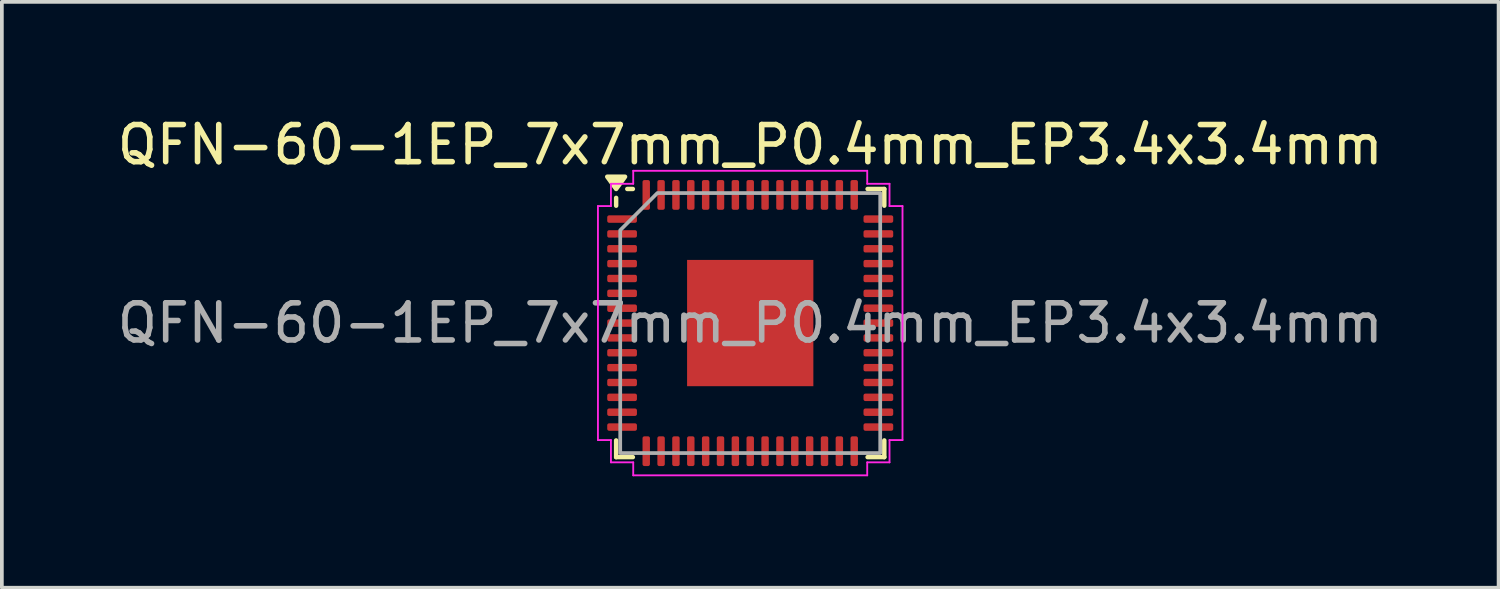
<source format=kicad_pcb>
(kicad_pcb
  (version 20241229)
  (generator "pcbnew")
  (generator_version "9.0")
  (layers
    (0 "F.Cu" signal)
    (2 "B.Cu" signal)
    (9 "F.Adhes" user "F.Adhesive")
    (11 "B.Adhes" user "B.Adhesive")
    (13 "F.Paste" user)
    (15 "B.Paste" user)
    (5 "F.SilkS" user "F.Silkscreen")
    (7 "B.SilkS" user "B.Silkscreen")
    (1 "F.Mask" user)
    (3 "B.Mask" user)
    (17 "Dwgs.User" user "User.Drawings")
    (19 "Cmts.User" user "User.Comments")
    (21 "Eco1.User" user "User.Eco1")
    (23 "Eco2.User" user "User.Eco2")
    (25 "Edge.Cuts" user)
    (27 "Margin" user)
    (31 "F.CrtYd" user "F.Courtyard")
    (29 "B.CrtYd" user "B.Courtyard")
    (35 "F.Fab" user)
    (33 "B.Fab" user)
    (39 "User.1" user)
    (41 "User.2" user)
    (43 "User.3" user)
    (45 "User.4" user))
  (footprint "QFN-60-1EP_7x7mm_P0.4mm_EP3.4x3.4mm"
    (layer "F.Cu")
    (at 17.149 5.648)
    (property "Reference" "QFN-60-1EP_7x7mm_P0.4mm_EP3.4x3.4mm" (at 0 -4.8 0) (layer "F.SilkS") (effects (font (size 1 1) (thickness 0.15))))
    (attr smd)
    (fp_line (start -3.61 -3.16) (end -3.61 -3.37) (stroke (width 0.12) (type solid)) (layer "F.SilkS"))
    (fp_line (start -3.61 3.61) (end -3.61 3.16) (stroke (width 0.12) (type solid)) (layer "F.SilkS"))
    (fp_line (start -3.16 -3.61) (end -3.31 -3.61) (stroke (width 0.12) (type solid)) (layer "F.SilkS"))
    (fp_line (start -3.16 3.61) (end -3.61 3.61) (stroke (width 0.12) (type solid)) (layer "F.SilkS"))
    (fp_line (start 3.16 -3.61) (end 3.61 -3.61) (stroke (width 0.12) (type solid)) (layer "F.SilkS"))
    (fp_line (start 3.16 3.61) (end 3.61 3.61) (stroke (width 0.12) (type solid)) (layer "F.SilkS"))
    (fp_line (start 3.61 -3.61) (end 3.61 -3.16) (stroke (width 0.12) (type solid)) (layer "F.SilkS"))
    (fp_line (start 3.61 3.61) (end 3.61 3.16) (stroke (width 0.12) (type solid)) (layer "F.SilkS"))
    (fp_poly (pts (xy -3.61 -3.61) (xy -3.85 -3.94) (xy -3.37 -3.94)) (stroke (width 0.12) (type solid)) (fill yes) (layer "F.SilkS"))
    (fp_line (start -4.1 -3.15) (end -3.75 -3.15) (stroke (width 0.05) (type solid)) (layer "F.CrtYd"))
    (fp_line (start -4.1 3.15) (end -4.1 -3.15) (stroke (width 0.05) (type solid)) (layer "F.CrtYd"))
    (fp_line (start -3.75 -3.75) (end -3.15 -3.75) (stroke (width 0.05) (type solid)) (layer "F.CrtYd"))
    (fp_line (start -3.75 -3.15) (end -3.75 -3.75) (stroke (width 0.05) (type solid)) (layer "F.CrtYd"))
    (fp_line (start -3.75 3.15) (end -4.1 3.15) (stroke (width 0.05) (type solid)) (layer "F.CrtYd"))
    (fp_line (start -3.75 3.75) (end -3.75 3.15) (stroke (width 0.05) (type solid)) (layer "F.CrtYd"))
    (fp_line (start -3.15 -4.1) (end 3.15 -4.1) (stroke (width 0.05) (type solid)) (layer "F.CrtYd"))
    (fp_line (start -3.15 -3.75) (end -3.15 -4.1) (stroke (width 0.05) (type solid)) (layer "F.CrtYd"))
    (fp_line (start -3.15 3.75) (end -3.75 3.75) (stroke (width 0.05) (type solid)) (layer "F.CrtYd"))
    (fp_line (start -3.15 4.1) (end -3.15 3.75) (stroke (width 0.05) (type solid)) (layer "F.CrtYd"))
    (fp_line (start 3.15 -4.1) (end 3.15 -3.75) (stroke (width 0.05) (type solid)) (layer "F.CrtYd"))
    (fp_line (start 3.15 -3.75) (end 3.75 -3.75) (stroke (width 0.05) (type solid)) (layer "F.CrtYd"))
    (fp_line (start 3.15 3.75) (end 3.15 4.1) (stroke (width 0.05) (type solid)) (layer "F.CrtYd"))
    (fp_line (start 3.15 4.1) (end -3.15 4.1) (stroke (width 0.05) (type solid)) (layer "F.CrtYd"))
    (fp_line (start 3.75 -3.75) (end 3.75 -3.15) (stroke (width 0.05) (type solid)) (layer "F.CrtYd"))
    (fp_line (start 3.75 -3.15) (end 4.1 -3.15) (stroke (width 0.05) (type solid)) (layer "F.CrtYd"))
    (fp_line (start 3.75 3.15) (end 3.75 3.75) (stroke (width 0.05) (type solid)) (layer "F.CrtYd"))
    (fp_line (start 3.75 3.75) (end 3.15 3.75) (stroke (width 0.05) (type solid)) (layer "F.CrtYd"))
    (fp_line (start 4.1 -3.15) (end 4.1 3.15) (stroke (width 0.05) (type solid)) (layer "F.CrtYd"))
    (fp_line (start 4.1 3.15) (end 3.75 3.15) (stroke (width 0.05) (type solid)) (layer "F.CrtYd"))
    (fp_poly (pts (xy -3.5 -2.5) (xy -3.5 3.5) (xy 3.5 3.5) (xy 3.5 -3.5) (xy -2.5 -3.5)) (stroke (width 0.1) (type solid)) (fill no) (layer "F.Fab"))
    (fp_text user "${REFERENCE}" (at 0 0 0) (layer "F.Fab") (effects (font (size 1 1) (thickness 0.15))))
    (pad "" smd roundrect (at -1.13 -1.13) (size 0.91 0.91) (layers "F.Paste") (roundrect_rratio 0.25))
    (pad "" smd roundrect (at -1.13 0) (size 0.91 0.91) (layers "F.Paste") (roundrect_rratio 0.25))
    (pad "" smd roundrect (at -1.13 1.13) (size 0.91 0.91) (layers "F.Paste") (roundrect_rratio 0.25))
    (pad "" smd roundrect (at 0 -1.13) (size 0.91 0.91) (layers "F.Paste") (roundrect_rratio 0.25))
    (pad "" smd roundrect (at 0 0) (size 0.91 0.91) (layers "F.Paste") (roundrect_rratio 0.25))
    (pad "" smd roundrect (at 0 1.13) (size 0.91 0.91) (layers "F.Paste") (roundrect_rratio 0.25))
    (pad "" smd roundrect (at 1.13 -1.13) (size 0.91 0.91) (layers "F.Paste") (roundrect_rratio 0.25))
    (pad "" smd roundrect (at 1.13 0) (size 0.91 0.91) (layers "F.Paste") (roundrect_rratio 0.25))
    (pad "" smd roundrect (at 1.13 1.13) (size 0.91 0.91) (layers "F.Paste") (roundrect_rratio 0.25))
    (pad "1" smd roundrect (at -3.45 -2.8) (size 0.8 0.2) (layers "F.Cu" "F.Mask" "F.Paste") (roundrect_rratio 0.25))
    (pad "2" smd roundrect (at -3.45 -2.4) (size 0.8 0.2) (layers "F.Cu" "F.Mask" "F.Paste") (roundrect_rratio 0.25))
    (pad "3" smd roundrect (at -3.45 -2) (size 0.8 0.2) (layers "F.Cu" "F.Mask" "F.Paste") (roundrect_rratio 0.25))
    (pad "4" smd roundrect (at -3.45 -1.6) (size 0.8 0.2) (layers "F.Cu" "F.Mask" "F.Paste") (roundrect_rratio 0.25))
    (pad "5" smd roundrect (at -3.45 -1.2) (size 0.8 0.2) (layers "F.Cu" "F.Mask" "F.Paste") (roundrect_rratio 0.25))
    (pad "6" smd roundrect (at -3.45 -0.8) (size 0.8 0.2) (layers "F.Cu" "F.Mask" "F.Paste") (roundrect_rratio 0.25))
    (pad "7" smd roundrect (at -3.45 -0.4) (size 0.8 0.2) (layers "F.Cu" "F.Mask" "F.Paste") (roundrect_rratio 0.25))
    (pad "8" smd roundrect (at -3.45 0) (size 0.8 0.2) (layers "F.Cu" "F.Mask" "F.Paste") (roundrect_rratio 0.25))
    (pad "9" smd roundrect (at -3.45 0.4) (size 0.8 0.2) (layers "F.Cu" "F.Mask" "F.Paste") (roundrect_rratio 0.25))
    (pad "10" smd roundrect (at -3.45 0.8) (size 0.8 0.2) (layers "F.Cu" "F.Mask" "F.Paste") (roundrect_rratio 0.25))
    (pad "11" smd roundrect (at -3.45 1.2) (size 0.8 0.2) (layers "F.Cu" "F.Mask" "F.Paste") (roundrect_rratio 0.25))
    (pad "12" smd roundrect (at -3.45 1.6) (size 0.8 0.2) (layers "F.Cu" "F.Mask" "F.Paste") (roundrect_rratio 0.25))
    (pad "13" smd roundrect (at -3.45 2) (size 0.8 0.2) (layers "F.Cu" "F.Mask" "F.Paste") (roundrect_rratio 0.25))
    (pad "14" smd roundrect (at -3.45 2.4) (size 0.8 0.2) (layers "F.Cu" "F.Mask" "F.Paste") (roundrect_rratio 0.25))
    (pad "15" smd roundrect (at -3.45 2.8) (size 0.8 0.2) (layers "F.Cu" "F.Mask" "F.Paste") (roundrect_rratio 0.25))
    (pad "16" smd roundrect (at -2.8 3.45) (size 0.2 0.8) (layers "F.Cu" "F.Mask" "F.Paste") (roundrect_rratio 0.25))
    (pad "17" smd roundrect (at -2.4 3.45) (size 0.2 0.8) (layers "F.Cu" "F.Mask" "F.Paste") (roundrect_rratio 0.25))
    (pad "18" smd roundrect (at -2 3.45) (size 0.2 0.8) (layers "F.Cu" "F.Mask" "F.Paste") (roundrect_rratio 0.25))
    (pad "19" smd roundrect (at -1.6 3.45) (size 0.2 0.8) (layers "F.Cu" "F.Mask" "F.Paste") (roundrect_rratio 0.25))
    (pad "20" smd roundrect (at -1.2 3.45) (size 0.2 0.8) (layers "F.Cu" "F.Mask" "F.Paste") (roundrect_rratio 0.25))
    (pad "21" smd roundrect (at -0.8 3.45) (size 0.2 0.8) (layers "F.Cu" "F.Mask" "F.Paste") (roundrect_rratio 0.25))
    (pad "22" smd roundrect (at -0.4 3.45) (size 0.2 0.8) (layers "F.Cu" "F.Mask" "F.Paste") (roundrect_rratio 0.25))
    (pad "23" smd roundrect (at 0 3.45) (size 0.2 0.8) (layers "F.Cu" "F.Mask" "F.Paste") (roundrect_rratio 0.25))
    (pad "24" smd roundrect (at 0.4 3.45) (size 0.2 0.8) (layers "F.Cu" "F.Mask" "F.Paste") (roundrect_rratio 0.25))
    (pad "25" smd roundrect (at 0.8 3.45) (size 0.2 0.8) (layers "F.Cu" "F.Mask" "F.Paste") (roundrect_rratio 0.25))
    (pad "26" smd roundrect (at 1.2 3.45) (size 0.2 0.8) (layers "F.Cu" "F.Mask" "F.Paste") (roundrect_rratio 0.25))
    (pad "27" smd roundrect (at 1.6 3.45) (size 0.2 0.8) (layers "F.Cu" "F.Mask" "F.Paste") (roundrect_rratio 0.25))
    (pad "28" smd roundrect (at 2 3.45) (size 0.2 0.8) (layers "F.Cu" "F.Mask" "F.Paste") (roundrect_rratio 0.25))
    (pad "29" smd roundrect (at 2.4 3.45) (size 0.2 0.8) (layers "F.Cu" "F.Mask" "F.Paste") (roundrect_rratio 0.25))
    (pad "30" smd roundrect (at 2.8 3.45) (size 0.2 0.8) (layers "F.Cu" "F.Mask" "F.Paste") (roundrect_rratio 0.25))
    (pad "31" smd roundrect (at 3.45 2.8) (size 0.8 0.2) (layers "F.Cu" "F.Mask" "F.Paste") (roundrect_rratio 0.25))
    (pad "32" smd roundrect (at 3.45 2.4) (size 0.8 0.2) (layers "F.Cu" "F.Mask" "F.Paste") (roundrect_rratio 0.25))
    (pad "33" smd roundrect (at 3.45 2) (size 0.8 0.2) (layers "F.Cu" "F.Mask" "F.Paste") (roundrect_rratio 0.25))
    (pad "34" smd roundrect (at 3.45 1.6) (size 0.8 0.2) (layers "F.Cu" "F.Mask" "F.Paste") (roundrect_rratio 0.25))
    (pad "35" smd roundrect (at 3.45 1.2) (size 0.8 0.2) (layers "F.Cu" "F.Mask" "F.Paste") (roundrect_rratio 0.25))
    (pad "36" smd roundrect (at 3.45 0.8) (size 0.8 0.2) (layers "F.Cu" "F.Mask" "F.Paste") (roundrect_rratio 0.25))
    (pad "37" smd roundrect (at 3.45 0.4) (size 0.8 0.2) (layers "F.Cu" "F.Mask" "F.Paste") (roundrect_rratio 0.25))
    (pad "38" smd roundrect (at 3.45 0) (size 0.8 0.2) (layers "F.Cu" "F.Mask" "F.Paste") (roundrect_rratio 0.25))
    (pad "39" smd roundrect (at 3.45 -0.4) (size 0.8 0.2) (layers "F.Cu" "F.Mask" "F.Paste") (roundrect_rratio 0.25))
    (pad "40" smd roundrect (at 3.45 -0.8) (size 0.8 0.2) (layers "F.Cu" "F.Mask" "F.Paste") (roundrect_rratio 0.25))
    (pad "41" smd roundrect (at 3.45 -1.2) (size 0.8 0.2) (layers "F.Cu" "F.Mask" "F.Paste") (roundrect_rratio 0.25))
    (pad "42" smd roundrect (at 3.45 -1.6) (size 0.8 0.2) (layers "F.Cu" "F.Mask" "F.Paste") (roundrect_rratio 0.25))
    (pad "43" smd roundrect (at 3.45 -2) (size 0.8 0.2) (layers "F.Cu" "F.Mask" "F.Paste") (roundrect_rratio 0.25))
    (pad "44" smd roundrect (at 3.45 -2.4) (size 0.8 0.2) (layers "F.Cu" "F.Mask" "F.Paste") (roundrect_rratio 0.25))
    (pad "45" smd roundrect (at 3.45 -2.8) (size 0.8 0.2) (layers "F.Cu" "F.Mask" "F.Paste") (roundrect_rratio 0.25))
    (pad "46" smd roundrect (at 2.8 -3.45) (size 0.2 0.8) (layers "F.Cu" "F.Mask" "F.Paste") (roundrect_rratio 0.25))
    (pad "47" smd roundrect (at 2.4 -3.45) (size 0.2 0.8) (layers "F.Cu" "F.Mask" "F.Paste") (roundrect_rratio 0.25))
    (pad "48" smd roundrect (at 2 -3.45) (size 0.2 0.8) (layers "F.Cu" "F.Mask" "F.Paste") (roundrect_rratio 0.25))
    (pad "49" smd roundrect (at 1.6 -3.45) (size 0.2 0.8) (layers "F.Cu" "F.Mask" "F.Paste") (roundrect_rratio 0.25))
    (pad "50" smd roundrect (at 1.2 -3.45) (size 0.2 0.8) (layers "F.Cu" "F.Mask" "F.Paste") (roundrect_rratio 0.25))
    (pad "51" smd roundrect (at 0.8 -3.45) (size 0.2 0.8) (layers "F.Cu" "F.Mask" "F.Paste") (roundrect_rratio 0.25))
    (pad "52" smd roundrect (at 0.4 -3.45) (size 0.2 0.8) (layers "F.Cu" "F.Mask" "F.Paste") (roundrect_rratio 0.25))
    (pad "53" smd roundrect (at 0 -3.45) (size 0.2 0.8) (layers "F.Cu" "F.Mask" "F.Paste") (roundrect_rratio 0.25))
    (pad "54" smd roundrect (at -0.4 -3.45) (size 0.2 0.8) (layers "F.Cu" "F.Mask" "F.Paste") (roundrect_rratio 0.25))
    (pad "55" smd roundrect (at -0.8 -3.45) (size 0.2 0.8) (layers "F.Cu" "F.Mask" "F.Paste") (roundrect_rratio 0.25))
    (pad "56" smd roundrect (at -1.2 -3.45) (size 0.2 0.8) (layers "F.Cu" "F.Mask" "F.Paste") (roundrect_rratio 0.25))
    (pad "57" smd roundrect (at -1.6 -3.45) (size 0.2 0.8) (layers "F.Cu" "F.Mask" "F.Paste") (roundrect_rratio 0.25))
    (pad "58" smd roundrect (at -2 -3.45) (size 0.2 0.8) (layers "F.Cu" "F.Mask" "F.Paste") (roundrect_rratio 0.25))
    (pad "59" smd roundrect (at -2.4 -3.45) (size 0.2 0.8) (layers "F.Cu" "F.Mask" "F.Paste") (roundrect_rratio 0.25))
    (pad "60" smd roundrect (at -2.8 -3.45) (size 0.2 0.8) (layers "F.Cu" "F.Mask" "F.Paste") (roundrect_rratio 0.25))
    (pad "61" smd rect (at 0 0) (size 3.4 3.4) (property pad_prop_heatsink) (layers "F.Cu" "F.Mask")))
  (gr_rect
    (start -3 -3)
    (end 37.298 12.773)
    (stroke (width 0.1) (type default))
    (fill no)
    (layer "Edge.Cuts")))
</source>
